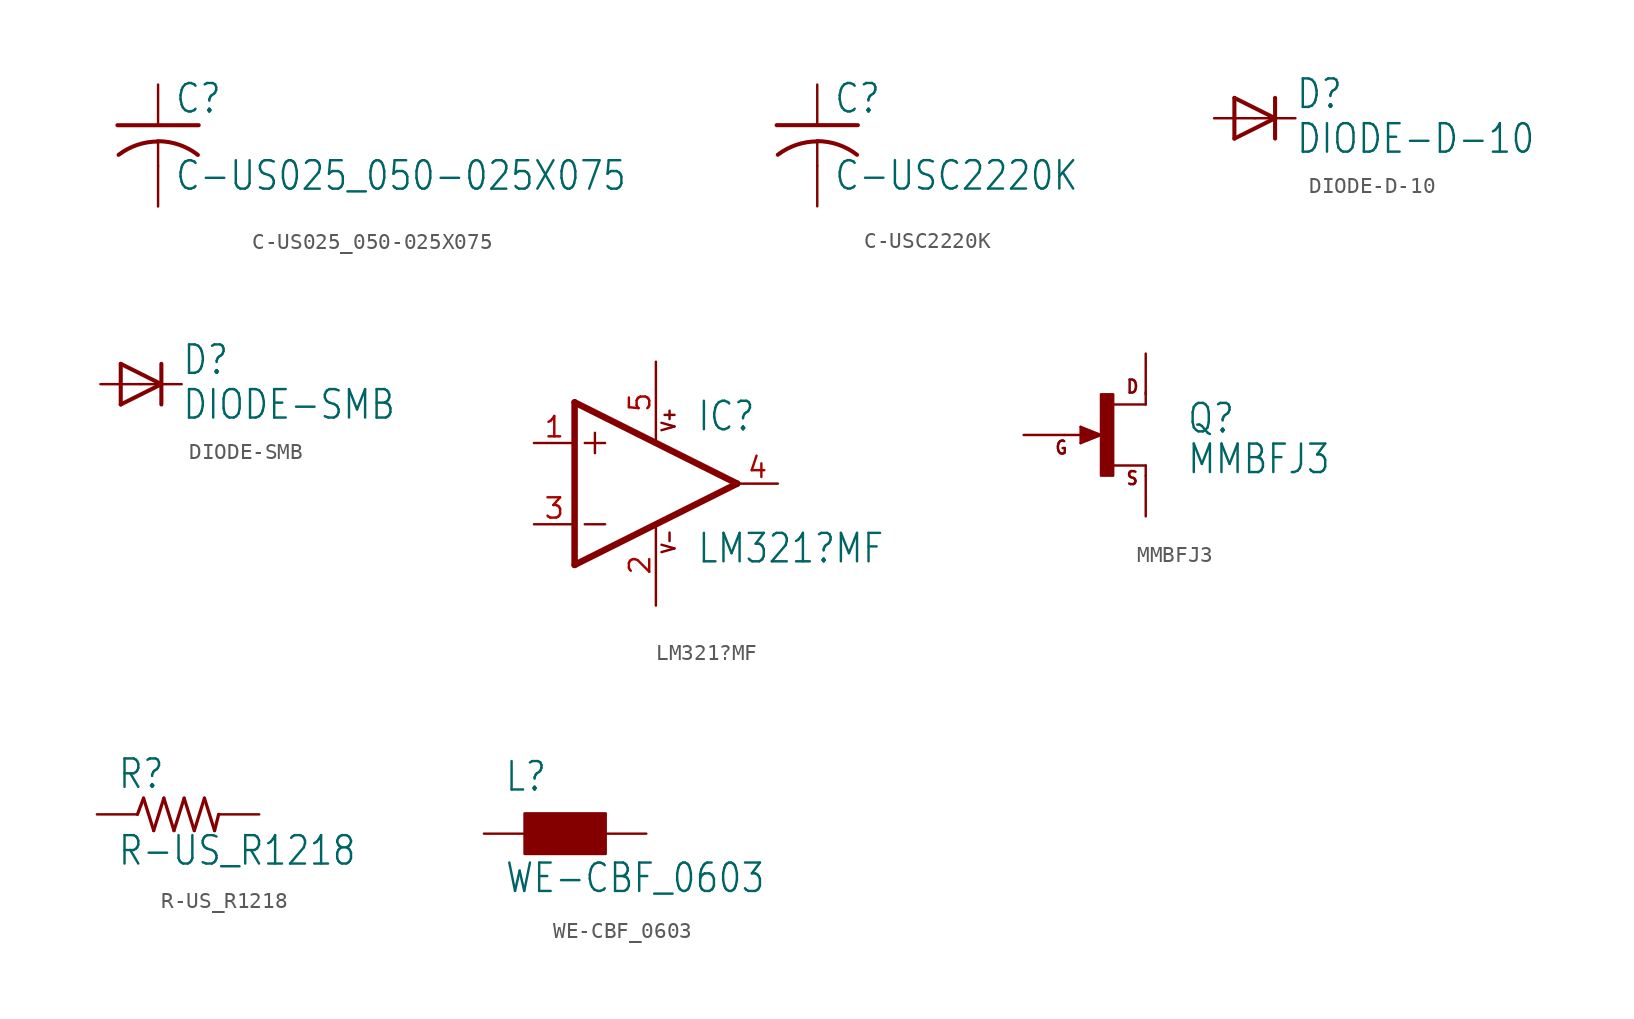
<source format=kicad_sym>
(kicad_symbol_lib
  (version 20211014)
  (generator kicad_symbol_editor)
  (symbol "C-US025_050-025X075"
    (property "Reference" "C"
      (at 1.016 0.635 0)
      (effects (font (size 1.778 1.511)) (justify left bottom)))
    (property "Value" "C-US025_050-025X075"
      (at 1.016 -4.191 0)
      (effects (font (size 1.778 1.511)) (justify left bottom)))
    (property "ki_locked" ""
      (at 0 0 0)
      (effects (font (size 1.27 1.27))))
    (symbol "C-US025_050-025X075_1_0"
      (arc (start 0 -1.0161) (mid -1.302 -1.2303) (end -2.4668 -1.8504) (stroke (width 0.254) (type default) (color 0 0 0 0)) (fill (type none)))
      (polyline (pts (xy -2.54 0) (xy 2.54 0)) (stroke (width 0.254) (type default) (color 0 0 0 0)) (fill (type none)))
      (polyline (pts (xy 0 -1.016) (xy 0 -2.54)) (stroke (width 0.152) (type default) (color 0 0 0 0)) (fill (type none)))
      (arc (start 2.4892 -1.8542) (mid 1.3158 -1.2195) (end 0 -1) (stroke (width 0.254) (type default) (color 0 0 0 0)) (fill (type none)))
      (pin passive line (at 0 2.54 270) (length 2.54) (name "1" (effects (font (size 0 0)))) (number "1" (effects (font (size 0 0)))))
      (pin passive line (at 0 -5.08 90) (length 2.54) (name "2" (effects (font (size 0 0)))) (number "2" (effects (font (size 0 0)))))))
  (symbol "C-USC2220K"
    (property "Reference" "C"
      (at 1.016 0.635 0)
      (effects (font (size 1.778 1.511)) (justify left bottom)))
    (property "Value" "C-USC2220K"
      (at 1.016 -4.191 0)
      (effects (font (size 1.778 1.511)) (justify left bottom)))
    (property "ki_locked" ""
      (at 0 0 0)
      (effects (font (size 1.27 1.27))))
    (symbol "C-USC2220K_1_0"
      (arc (start 0 -1.0161) (mid -1.302 -1.2303) (end -2.4668 -1.8504) (stroke (width 0.254) (type default) (color 0 0 0 0)) (fill (type none)))
      (polyline (pts (xy -2.54 0) (xy 2.54 0)) (stroke (width 0.254) (type default) (color 0 0 0 0)) (fill (type none)))
      (polyline (pts (xy 0 -1.016) (xy 0 -2.54)) (stroke (width 0.152) (type default) (color 0 0 0 0)) (fill (type none)))
      (arc (start 2.4892 -1.8542) (mid 1.3158 -1.2195) (end 0 -1) (stroke (width 0.254) (type default) (color 0 0 0 0)) (fill (type none)))
      (pin passive line (at 0 2.54 270) (length 2.54) (name "1" (effects (font (size 0 0)))) (number "1" (effects (font (size 0 0)))))
      (pin passive line (at 0 -5.08 90) (length 2.54) (name "2" (effects (font (size 0 0)))) (number "2" (effects (font (size 0 0)))))))
  (symbol "DIODE-D-10"
    (property "Reference" "D"
      (at 2.54 0.483 0)
      (effects (font (size 1.778 1.511)) (justify left bottom)))
    (property "Value" "DIODE-D-10"
      (at 2.54 -2.311 0)
      (effects (font (size 1.778 1.511)) (justify left bottom)))
    (property "ki_locked" ""
      (at 0 0 0)
      (effects (font (size 1.27 1.27))))
    (symbol "DIODE-D-10_1_0"
      (polyline (pts (xy -1.27 -1.27) (xy 1.27 0)) (stroke (width 0.254) (type default) (color 0 0 0 0)) (fill (type none)))
      (polyline (pts (xy -1.27 1.27) (xy -1.27 -1.27)) (stroke (width 0.254) (type default) (color 0 0 0 0)) (fill (type none)))
      (polyline (pts (xy 1.27 0) (xy -1.27 1.27)) (stroke (width 0.254) (type default) (color 0 0 0 0)) (fill (type none)))
      (polyline (pts (xy 1.27 0) (xy 1.27 -1.27)) (stroke (width 0.254) (type default) (color 0 0 0 0)) (fill (type none)))
      (polyline (pts (xy 1.27 1.27) (xy 1.27 0)) (stroke (width 0.254) (type default) (color 0 0 0 0)) (fill (type none)))
      (pin passive line (at -2.54 0 0) (length 2.54) (name "A" (effects (font (size 0 0)))) (number "A" (effects (font (size 0 0)))))
      (pin passive line (at 2.54 0 180) (length 2.54) (name "C" (effects (font (size 0 0)))) (number "C" (effects (font (size 0 0)))))))
  (symbol "DIODE-SMB"
    (property "Reference" "D"
      (at 2.54 0.483 0)
      (effects (font (size 1.778 1.511)) (justify left bottom)))
    (property "Value" "DIODE-SMB"
      (at 2.54 -2.311 0)
      (effects (font (size 1.778 1.511)) (justify left bottom)))
    (property "ki_locked" ""
      (at 0 0 0)
      (effects (font (size 1.27 1.27))))
    (symbol "DIODE-SMB_1_0"
      (polyline (pts (xy -1.27 -1.27) (xy 1.27 0)) (stroke (width 0.254) (type default) (color 0 0 0 0)) (fill (type none)))
      (polyline (pts (xy -1.27 1.27) (xy -1.27 -1.27)) (stroke (width 0.254) (type default) (color 0 0 0 0)) (fill (type none)))
      (polyline (pts (xy 1.27 0) (xy -1.27 1.27)) (stroke (width 0.254) (type default) (color 0 0 0 0)) (fill (type none)))
      (polyline (pts (xy 1.27 0) (xy 1.27 -1.27)) (stroke (width 0.254) (type default) (color 0 0 0 0)) (fill (type none)))
      (polyline (pts (xy 1.27 1.27) (xy 1.27 0)) (stroke (width 0.254) (type default) (color 0 0 0 0)) (fill (type none)))
      (pin passive line (at -2.54 0 0) (length 2.54) (name "A" (effects (font (size 0 0)))) (number "A" (effects (font (size 0 0)))))
      (pin passive line (at 2.54 0 180) (length 2.54) (name "C" (effects (font (size 0 0)))) (number "C" (effects (font (size 0 0)))))))
  (symbol "LM321?MF"
    (property "Reference" "IC"
      (at 2.54 3.175 0)
      (effects (font (size 1.778 1.511)) (justify left bottom)))
    (property "Value" "LM321?MF"
      (at 2.54 -5.08 0)
      (effects (font (size 1.778 1.511)) (justify left bottom)))
    (property "ki_locked" ""
      (at 0 0 0)
      (effects (font (size 1.27 1.27))))
    (symbol "LM321?MF_1_0"
      (polyline (pts (xy -5.08 -5.08) (xy 5.08 0)) (stroke (width 0.406) (type default) (color 0 0 0 0)) (fill (type none)))
      (polyline (pts (xy -5.08 5.08) (xy -5.08 -5.08)) (stroke (width 0.406) (type default) (color 0 0 0 0)) (fill (type none)))
      (polyline (pts (xy -4.445 -2.54) (xy -3.175 -2.54)) (stroke (width 0.152) (type default) (color 0 0 0 0)) (fill (type none)))
      (polyline (pts (xy -4.445 2.54) (xy -3.175 2.54)) (stroke (width 0.152) (type default) (color 0 0 0 0)) (fill (type none)))
      (polyline (pts (xy -3.81 3.175) (xy -3.81 1.905)) (stroke (width 0.152) (type default) (color 0 0 0 0)) (fill (type none)))
      (polyline (pts (xy 5.08 0) (xy -5.08 5.08)) (stroke (width 0.406) (type default) (color 0 0 0 0)) (fill (type none)))
      (text "V+" (at 1.27 3.175 900) (effects (font (size 0.813 0.691)) (justify left bottom)))
      (text "V-" (at 1.27 -4.445 900) (effects (font (size 0.813 0.691)) (justify left bottom)))
      (pin input line (at -7.62 2.54 0) (length 2.54) (name "+IN" (effects (font (size 0 0)))) (number "1" (effects (font (size 1.27 1.27)))))
      (pin power_in line (at 0 -7.62 90) (length 5.08) (name "V-" (effects (font (size 0 0)))) (number "2" (effects (font (size 1.27 1.27)))))
      (pin input line (at -7.62 -2.54 0) (length 2.54) (name "-IN" (effects (font (size 0 0)))) (number "3" (effects (font (size 1.27 1.27)))))
      (pin output line (at 7.62 0 180) (length 2.54) (name "OUT" (effects (font (size 0 0)))) (number "4" (effects (font (size 1.27 1.27)))))
      (pin power_in line (at 0 7.62 270) (length 5.08) (name "V+" (effects (font (size 0 0)))) (number "5" (effects (font (size 1.27 1.27)))))))
  (symbol "MMBFJ3"
    (property "Reference" "Q"
      (at 5.08 0 0)
      (effects (font (size 1.778 1.511)) (justify left bottom)))
    (property "Value" "MMBFJ3"
      (at 5.08 -2.54 0)
      (effects (font (size 1.778 1.511)) (justify left bottom)))
    (property "ki_locked" ""
      (at 0 0 0)
      (effects (font (size 1.27 1.27))))
    (symbol "MMBFJ3_1_0"
      (rectangle (start -0.254 -2.54) (end 0.508 2.54) (stroke (width 0) (type default) (color 0 0 0 0)) (fill (type outline)))
      (polyline (pts (xy -2.54 0) (xy -0.762 0)) (stroke (width 0.152) (type default) (color 0 0 0 0)) (fill (type none)))
      (polyline (pts (xy -1.524 -0.508) (xy -0.254 0)) (stroke (width 0.152) (type default) (color 0 0 0 0)) (fill (type none)))
      (polyline (pts (xy -1.524 0.508) (xy -1.524 -0.508)) (stroke (width 0.152) (type default) (color 0 0 0 0)) (fill (type none)))
      (polyline (pts (xy -1.397 -0.254) (xy -0.762 0)) (stroke (width 0.305) (type default) (color 0 0 0 0)) (fill (type none)))
      (polyline (pts (xy -1.397 0.254) (xy -1.397 -0.254)) (stroke (width 0.305) (type default) (color 0 0 0 0)) (fill (type none)))
      (polyline (pts (xy -0.762 0) (xy -0.635 0)) (stroke (width 0.152) (type default) (color 0 0 0 0)) (fill (type none)))
      (polyline (pts (xy -0.635 0) (xy -1.397 0.254)) (stroke (width 0.305) (type default) (color 0 0 0 0)) (fill (type none)))
      (polyline (pts (xy -0.635 0) (xy -0.254 0)) (stroke (width 0.152) (type default) (color 0 0 0 0)) (fill (type none)))
      (polyline (pts (xy -0.254 0) (xy -1.524 0.508)) (stroke (width 0.152) (type default) (color 0 0 0 0)) (fill (type none)))
      (polyline (pts (xy 2.54 -2.54) (xy 2.54 -1.905)) (stroke (width 0.152) (type default) (color 0 0 0 0)) (fill (type none)))
      (polyline (pts (xy 2.54 -1.905) (xy 0.533 -1.905)) (stroke (width 0.152) (type default) (color 0 0 0 0)) (fill (type none)))
      (polyline (pts (xy 2.54 1.905) (xy 0.508 1.905)) (stroke (width 0.152) (type default) (color 0 0 0 0)) (fill (type none)))
      (polyline (pts (xy 2.54 2.667) (xy 2.54 1.905)) (stroke (width 0.152) (type default) (color 0 0 0 0)) (fill (type none)))
      (text "D" (at 1.27 2.54 0) (effects (font (size 0.813 0.691)) (justify left bottom)))
      (text "G" (at -3.175 -1.27 0) (effects (font (size 0.813 0.691)) (justify left bottom)))
      (text "S" (at 1.27 -3.175 0) (effects (font (size 0.813 0.691)) (justify left bottom)))
      (pin passive line (at 2.54 5.08 270) (length 2.54) (name "D" (effects (font (size 0 0)))) (number "1" (effects (font (size 0 0)))))
      (pin passive line (at 2.54 -5.08 90) (length 2.54) (name "S" (effects (font (size 0 0)))) (number "2" (effects (font (size 0 0)))))
      (pin passive line (at -5.08 0 0) (length 2.54) (name "G" (effects (font (size 0 0)))) (number "3" (effects (font (size 0 0)))))))
  (symbol "R-US_R1218"
    (property "Reference" "R"
      (at -3.81 1.499 0)
      (effects (font (size 1.778 1.511)) (justify left bottom)))
    (property "Value" "R-US_R1218"
      (at -3.81 -3.302 0)
      (effects (font (size 1.778 1.511)) (justify left bottom)))
    (property "ki_locked" ""
      (at 0 0 0)
      (effects (font (size 1.27 1.27))))
    (symbol "R-US_R1218_1_0"
      (polyline (pts (xy -2.54 0) (xy -2.159 1.016)) (stroke (width 0.203) (type default) (color 0 0 0 0)) (fill (type none)))
      (polyline (pts (xy -2.159 1.016) (xy -1.524 -1.016)) (stroke (width 0.203) (type default) (color 0 0 0 0)) (fill (type none)))
      (polyline (pts (xy -1.524 -1.016) (xy -0.889 1.016)) (stroke (width 0.203) (type default) (color 0 0 0 0)) (fill (type none)))
      (polyline (pts (xy -0.889 1.016) (xy -0.254 -1.016)) (stroke (width 0.203) (type default) (color 0 0 0 0)) (fill (type none)))
      (polyline (pts (xy -0.254 -1.016) (xy 0.381 1.016)) (stroke (width 0.203) (type default) (color 0 0 0 0)) (fill (type none)))
      (polyline (pts (xy 0.381 1.016) (xy 1.016 -1.016)) (stroke (width 0.203) (type default) (color 0 0 0 0)) (fill (type none)))
      (polyline (pts (xy 1.016 -1.016) (xy 1.651 1.016)) (stroke (width 0.203) (type default) (color 0 0 0 0)) (fill (type none)))
      (polyline (pts (xy 1.651 1.016) (xy 2.286 -1.016)) (stroke (width 0.203) (type default) (color 0 0 0 0)) (fill (type none)))
      (polyline (pts (xy 2.286 -1.016) (xy 2.54 0)) (stroke (width 0.203) (type default) (color 0 0 0 0)) (fill (type none)))
      (pin passive line (at -5.08 0 0) (length 2.54) (name "1" (effects (font (size 0 0)))) (number "1" (effects (font (size 0 0)))))
      (pin passive line (at 5.08 0 180) (length 2.54) (name "2" (effects (font (size 0 0)))) (number "2" (effects (font (size 0 0)))))))
  (symbol "WE-CBF_0603"
    (property "Reference" "L"
      (at -3.81 5.08 0)
      (effects (font (size 1.778 1.511)) (justify left bottom)))
    (property "Value" "WE-CBF_0603"
      (at -3.81 -1.27 0)
      (effects (font (size 1.778 1.511)) (justify left bottom)))
    (property "ki_locked" ""
      (at 0 0 0)
      (effects (font (size 1.27 1.27))))
    (symbol "WE-CBF_0603_1_0"
      (rectangle (start -2.54 1.27) (end 2.54 3.81) (stroke (width 0) (type default) (color 0 0 0 0)) (fill (type outline)))
      (pin passive line (at -5.08 2.54 0) (length 2.54) (name "1" (effects (font (size 0 0)))) (number "1" (effects (font (size 0 0)))))
      (pin passive line (at 5.08 2.54 180) (length 2.54) (name "2" (effects (font (size 0 0)))) (number "2" (effects (font (size 0 0))))))))
</source>
